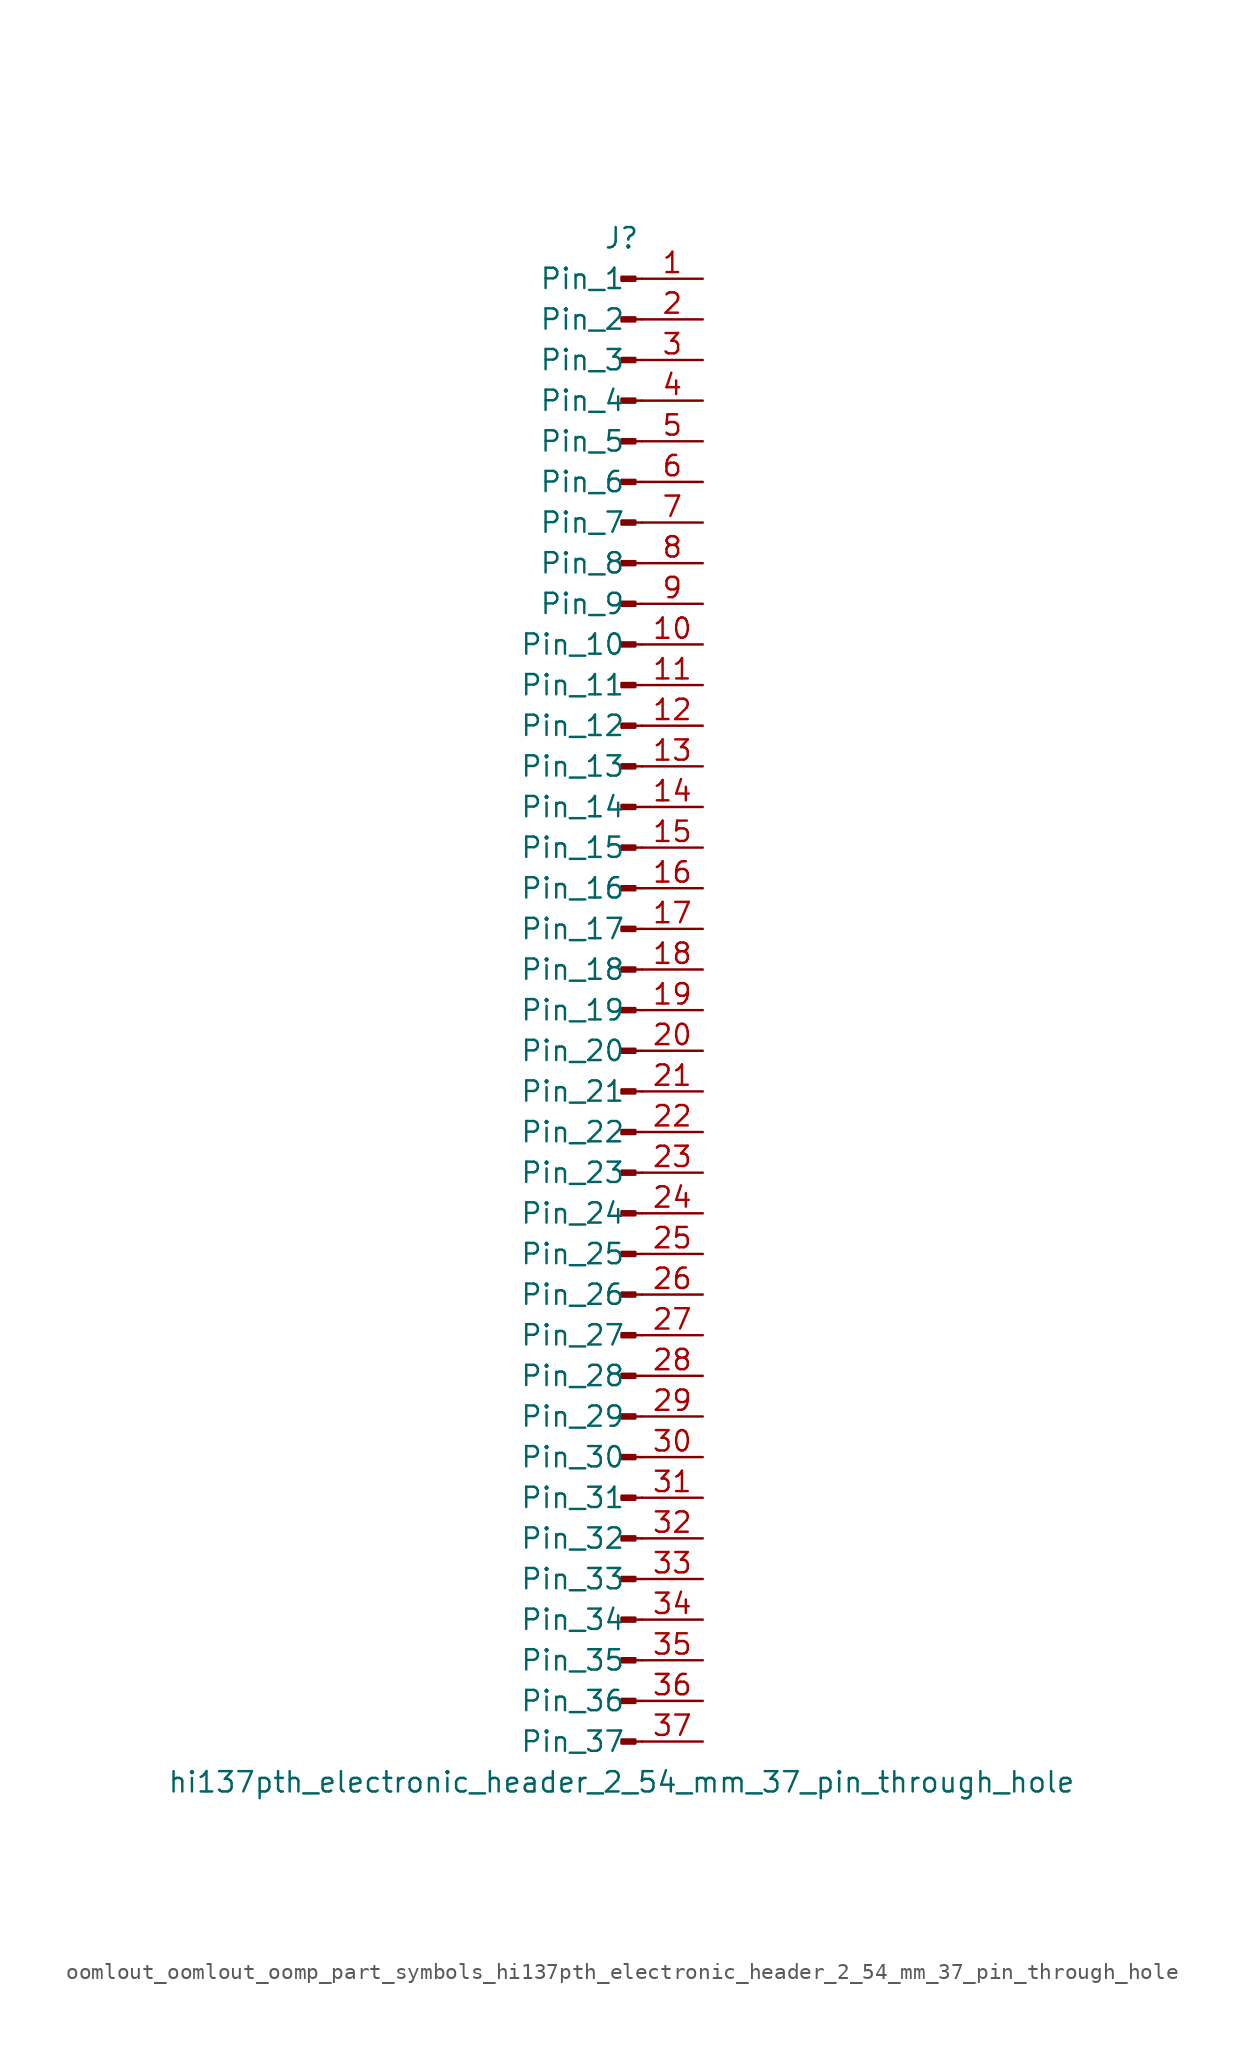
<source format=kicad_sym>
(kicad_symbol_lib
  (version 20220914)
  (generator kicad_symbol_editor)
  (symbol "oomlout_oomlout_oomp_part_symbols_hi137pth_electronic_header_2_54_mm_37_pin_through_hole"
    (pin_names
      (offset 1.016))
    (property "Reference" "J"
      (at 0 48.26 0)
      (effects (font (size 1.27 1.27))))
    (property "Value" "hi137pth_electronic_header_2_54_mm_37_pin_through_hole"
      (at 0 -48.26 0)
      (effects (font (size 1.27 1.27))))
    (property "ki_locked" ""
      (at 0 0 0)
      (effects (font (size 1.27 1.27))))
    (symbol "oomlout_oomlout_oomp_part_symbols_hi137pth_electronic_header_2_54_mm_37_pin_through_hole_1_1"
      (polyline (pts (xy 1.27 -45.72) (xy 0.864 -45.72)) (stroke (width 0.152) (type default)) (fill (type none)))
      (polyline (pts (xy 1.27 -43.18) (xy 0.864 -43.18)) (stroke (width 0.152) (type default)) (fill (type none)))
      (polyline (pts (xy 1.27 -40.64) (xy 0.864 -40.64)) (stroke (width 0.152) (type default)) (fill (type none)))
      (polyline (pts (xy 1.27 -38.1) (xy 0.864 -38.1)) (stroke (width 0.152) (type default)) (fill (type none)))
      (polyline (pts (xy 1.27 -35.56) (xy 0.864 -35.56)) (stroke (width 0.152) (type default)) (fill (type none)))
      (polyline (pts (xy 1.27 -33.02) (xy 0.864 -33.02)) (stroke (width 0.152) (type default)) (fill (type none)))
      (polyline (pts (xy 1.27 -30.48) (xy 0.864 -30.48)) (stroke (width 0.152) (type default)) (fill (type none)))
      (polyline (pts (xy 1.27 -27.94) (xy 0.864 -27.94)) (stroke (width 0.152) (type default)) (fill (type none)))
      (polyline (pts (xy 1.27 -25.4) (xy 0.864 -25.4)) (stroke (width 0.152) (type default)) (fill (type none)))
      (polyline (pts (xy 1.27 -22.86) (xy 0.864 -22.86)) (stroke (width 0.152) (type default)) (fill (type none)))
      (polyline (pts (xy 1.27 -20.32) (xy 0.864 -20.32)) (stroke (width 0.152) (type default)) (fill (type none)))
      (polyline (pts (xy 1.27 -17.78) (xy 0.864 -17.78)) (stroke (width 0.152) (type default)) (fill (type none)))
      (polyline (pts (xy 1.27 -15.24) (xy 0.864 -15.24)) (stroke (width 0.152) (type default)) (fill (type none)))
      (polyline (pts (xy 1.27 -12.7) (xy 0.864 -12.7)) (stroke (width 0.152) (type default)) (fill (type none)))
      (polyline (pts (xy 1.27 -10.16) (xy 0.864 -10.16)) (stroke (width 0.152) (type default)) (fill (type none)))
      (polyline (pts (xy 1.27 -7.62) (xy 0.864 -7.62)) (stroke (width 0.152) (type default)) (fill (type none)))
      (polyline (pts (xy 1.27 -5.08) (xy 0.864 -5.08)) (stroke (width 0.152) (type default)) (fill (type none)))
      (polyline (pts (xy 1.27 -2.54) (xy 0.864 -2.54)) (stroke (width 0.152) (type default)) (fill (type none)))
      (polyline (pts (xy 1.27 0) (xy 0.864 0)) (stroke (width 0.152) (type default)) (fill (type none)))
      (polyline (pts (xy 1.27 2.54) (xy 0.864 2.54)) (stroke (width 0.152) (type default)) (fill (type none)))
      (polyline (pts (xy 1.27 5.08) (xy 0.864 5.08)) (stroke (width 0.152) (type default)) (fill (type none)))
      (polyline (pts (xy 1.27 7.62) (xy 0.864 7.62)) (stroke (width 0.152) (type default)) (fill (type none)))
      (polyline (pts (xy 1.27 10.16) (xy 0.864 10.16)) (stroke (width 0.152) (type default)) (fill (type none)))
      (polyline (pts (xy 1.27 12.7) (xy 0.864 12.7)) (stroke (width 0.152) (type default)) (fill (type none)))
      (polyline (pts (xy 1.27 15.24) (xy 0.864 15.24)) (stroke (width 0.152) (type default)) (fill (type none)))
      (polyline (pts (xy 1.27 17.78) (xy 0.864 17.78)) (stroke (width 0.152) (type default)) (fill (type none)))
      (polyline (pts (xy 1.27 20.32) (xy 0.864 20.32)) (stroke (width 0.152) (type default)) (fill (type none)))
      (polyline (pts (xy 1.27 22.86) (xy 0.864 22.86)) (stroke (width 0.152) (type default)) (fill (type none)))
      (polyline (pts (xy 1.27 25.4) (xy 0.864 25.4)) (stroke (width 0.152) (type default)) (fill (type none)))
      (polyline (pts (xy 1.27 27.94) (xy 0.864 27.94)) (stroke (width 0.152) (type default)) (fill (type none)))
      (polyline (pts (xy 1.27 30.48) (xy 0.864 30.48)) (stroke (width 0.152) (type default)) (fill (type none)))
      (polyline (pts (xy 1.27 33.02) (xy 0.864 33.02)) (stroke (width 0.152) (type default)) (fill (type none)))
      (polyline (pts (xy 1.27 35.56) (xy 0.864 35.56)) (stroke (width 0.152) (type default)) (fill (type none)))
      (polyline (pts (xy 1.27 38.1) (xy 0.864 38.1)) (stroke (width 0.152) (type default)) (fill (type none)))
      (polyline (pts (xy 1.27 40.64) (xy 0.864 40.64)) (stroke (width 0.152) (type default)) (fill (type none)))
      (polyline (pts (xy 1.27 43.18) (xy 0.864 43.18)) (stroke (width 0.152) (type default)) (fill (type none)))
      (polyline (pts (xy 1.27 45.72) (xy 0.864 45.72)) (stroke (width 0.152) (type default)) (fill (type none)))
      (rectangle (start 0.864 -45.593) (end 0 -45.847) (stroke (width 0.152) (type default)) (fill (type outline)))
      (rectangle (start 0.864 -43.053) (end 0 -43.307) (stroke (width 0.152) (type default)) (fill (type outline)))
      (rectangle (start 0.864 -40.513) (end 0 -40.767) (stroke (width 0.152) (type default)) (fill (type outline)))
      (rectangle (start 0.864 -37.973) (end 0 -38.227) (stroke (width 0.152) (type default)) (fill (type outline)))
      (rectangle (start 0.864 -35.433) (end 0 -35.687) (stroke (width 0.152) (type default)) (fill (type outline)))
      (rectangle (start 0.864 -32.893) (end 0 -33.147) (stroke (width 0.152) (type default)) (fill (type outline)))
      (rectangle (start 0.864 -30.353) (end 0 -30.607) (stroke (width 0.152) (type default)) (fill (type outline)))
      (rectangle (start 0.864 -27.813) (end 0 -28.067) (stroke (width 0.152) (type default)) (fill (type outline)))
      (rectangle (start 0.864 -25.273) (end 0 -25.527) (stroke (width 0.152) (type default)) (fill (type outline)))
      (rectangle (start 0.864 -22.733) (end 0 -22.987) (stroke (width 0.152) (type default)) (fill (type outline)))
      (rectangle (start 0.864 -20.193) (end 0 -20.447) (stroke (width 0.152) (type default)) (fill (type outline)))
      (rectangle (start 0.864 -17.653) (end 0 -17.907) (stroke (width 0.152) (type default)) (fill (type outline)))
      (rectangle (start 0.864 -15.113) (end 0 -15.367) (stroke (width 0.152) (type default)) (fill (type outline)))
      (rectangle (start 0.864 -12.573) (end 0 -12.827) (stroke (width 0.152) (type default)) (fill (type outline)))
      (rectangle (start 0.864 -10.033) (end 0 -10.287) (stroke (width 0.152) (type default)) (fill (type outline)))
      (rectangle (start 0.864 -7.493) (end 0 -7.747) (stroke (width 0.152) (type default)) (fill (type outline)))
      (rectangle (start 0.864 -4.953) (end 0 -5.207) (stroke (width 0.152) (type default)) (fill (type outline)))
      (rectangle (start 0.864 -2.413) (end 0 -2.667) (stroke (width 0.152) (type default)) (fill (type outline)))
      (rectangle (start 0.864 0.127) (end 0 -0.127) (stroke (width 0.152) (type default)) (fill (type outline)))
      (rectangle (start 0.864 2.667) (end 0 2.413) (stroke (width 0.152) (type default)) (fill (type outline)))
      (rectangle (start 0.864 5.207) (end 0 4.953) (stroke (width 0.152) (type default)) (fill (type outline)))
      (rectangle (start 0.864 7.747) (end 0 7.493) (stroke (width 0.152) (type default)) (fill (type outline)))
      (rectangle (start 0.864 10.287) (end 0 10.033) (stroke (width 0.152) (type default)) (fill (type outline)))
      (rectangle (start 0.864 12.827) (end 0 12.573) (stroke (width 0.152) (type default)) (fill (type outline)))
      (rectangle (start 0.864 15.367) (end 0 15.113) (stroke (width 0.152) (type default)) (fill (type outline)))
      (rectangle (start 0.864 17.907) (end 0 17.653) (stroke (width 0.152) (type default)) (fill (type outline)))
      (rectangle (start 0.864 20.447) (end 0 20.193) (stroke (width 0.152) (type default)) (fill (type outline)))
      (rectangle (start 0.864 22.987) (end 0 22.733) (stroke (width 0.152) (type default)) (fill (type outline)))
      (rectangle (start 0.864 25.527) (end 0 25.273) (stroke (width 0.152) (type default)) (fill (type outline)))
      (rectangle (start 0.864 28.067) (end 0 27.813) (stroke (width 0.152) (type default)) (fill (type outline)))
      (rectangle (start 0.864 30.607) (end 0 30.353) (stroke (width 0.152) (type default)) (fill (type outline)))
      (rectangle (start 0.864 33.147) (end 0 32.893) (stroke (width 0.152) (type default)) (fill (type outline)))
      (rectangle (start 0.864 35.687) (end 0 35.433) (stroke (width 0.152) (type default)) (fill (type outline)))
      (rectangle (start 0.864 38.227) (end 0 37.973) (stroke (width 0.152) (type default)) (fill (type outline)))
      (rectangle (start 0.864 40.767) (end 0 40.513) (stroke (width 0.152) (type default)) (fill (type outline)))
      (rectangle (start 0.864 43.307) (end 0 43.053) (stroke (width 0.152) (type default)) (fill (type outline)))
      (rectangle (start 0.864 45.847) (end 0 45.593) (stroke (width 0.152) (type default)) (fill (type outline)))
      (pin passive line (at 5.08 45.72 180) (length 3.81) (name "Pin_1" (effects (font (size 1.27 1.27)))) (number "1" (effects (font (size 1.27 1.27)))))
      (pin passive line (at 5.08 22.86 180) (length 3.81) (name "Pin_10" (effects (font (size 1.27 1.27)))) (number "10" (effects (font (size 1.27 1.27)))))
      (pin passive line (at 5.08 20.32 180) (length 3.81) (name "Pin_11" (effects (font (size 1.27 1.27)))) (number "11" (effects (font (size 1.27 1.27)))))
      (pin passive line (at 5.08 17.78 180) (length 3.81) (name "Pin_12" (effects (font (size 1.27 1.27)))) (number "12" (effects (font (size 1.27 1.27)))))
      (pin passive line (at 5.08 15.24 180) (length 3.81) (name "Pin_13" (effects (font (size 1.27 1.27)))) (number "13" (effects (font (size 1.27 1.27)))))
      (pin passive line (at 5.08 12.7 180) (length 3.81) (name "Pin_14" (effects (font (size 1.27 1.27)))) (number "14" (effects (font (size 1.27 1.27)))))
      (pin passive line (at 5.08 10.16 180) (length 3.81) (name "Pin_15" (effects (font (size 1.27 1.27)))) (number "15" (effects (font (size 1.27 1.27)))))
      (pin passive line (at 5.08 7.62 180) (length 3.81) (name "Pin_16" (effects (font (size 1.27 1.27)))) (number "16" (effects (font (size 1.27 1.27)))))
      (pin passive line (at 5.08 5.08 180) (length 3.81) (name "Pin_17" (effects (font (size 1.27 1.27)))) (number "17" (effects (font (size 1.27 1.27)))))
      (pin passive line (at 5.08 2.54 180) (length 3.81) (name "Pin_18" (effects (font (size 1.27 1.27)))) (number "18" (effects (font (size 1.27 1.27)))))
      (pin passive line (at 5.08 0 180) (length 3.81) (name "Pin_19" (effects (font (size 1.27 1.27)))) (number "19" (effects (font (size 1.27 1.27)))))
      (pin passive line (at 5.08 43.18 180) (length 3.81) (name "Pin_2" (effects (font (size 1.27 1.27)))) (number "2" (effects (font (size 1.27 1.27)))))
      (pin passive line (at 5.08 -2.54 180) (length 3.81) (name "Pin_20" (effects (font (size 1.27 1.27)))) (number "20" (effects (font (size 1.27 1.27)))))
      (pin passive line (at 5.08 -5.08 180) (length 3.81) (name "Pin_21" (effects (font (size 1.27 1.27)))) (number "21" (effects (font (size 1.27 1.27)))))
      (pin passive line (at 5.08 -7.62 180) (length 3.81) (name "Pin_22" (effects (font (size 1.27 1.27)))) (number "22" (effects (font (size 1.27 1.27)))))
      (pin passive line (at 5.08 -10.16 180) (length 3.81) (name "Pin_23" (effects (font (size 1.27 1.27)))) (number "23" (effects (font (size 1.27 1.27)))))
      (pin passive line (at 5.08 -12.7 180) (length 3.81) (name "Pin_24" (effects (font (size 1.27 1.27)))) (number "24" (effects (font (size 1.27 1.27)))))
      (pin passive line (at 5.08 -15.24 180) (length 3.81) (name "Pin_25" (effects (font (size 1.27 1.27)))) (number "25" (effects (font (size 1.27 1.27)))))
      (pin passive line (at 5.08 -17.78 180) (length 3.81) (name "Pin_26" (effects (font (size 1.27 1.27)))) (number "26" (effects (font (size 1.27 1.27)))))
      (pin passive line (at 5.08 -20.32 180) (length 3.81) (name "Pin_27" (effects (font (size 1.27 1.27)))) (number "27" (effects (font (size 1.27 1.27)))))
      (pin passive line (at 5.08 -22.86 180) (length 3.81) (name "Pin_28" (effects (font (size 1.27 1.27)))) (number "28" (effects (font (size 1.27 1.27)))))
      (pin passive line (at 5.08 -25.4 180) (length 3.81) (name "Pin_29" (effects (font (size 1.27 1.27)))) (number "29" (effects (font (size 1.27 1.27)))))
      (pin passive line (at 5.08 40.64 180) (length 3.81) (name "Pin_3" (effects (font (size 1.27 1.27)))) (number "3" (effects (font (size 1.27 1.27)))))
      (pin passive line (at 5.08 -27.94 180) (length 3.81) (name "Pin_30" (effects (font (size 1.27 1.27)))) (number "30" (effects (font (size 1.27 1.27)))))
      (pin passive line (at 5.08 -30.48 180) (length 3.81) (name "Pin_31" (effects (font (size 1.27 1.27)))) (number "31" (effects (font (size 1.27 1.27)))))
      (pin passive line (at 5.08 -33.02 180) (length 3.81) (name "Pin_32" (effects (font (size 1.27 1.27)))) (number "32" (effects (font (size 1.27 1.27)))))
      (pin passive line (at 5.08 -35.56 180) (length 3.81) (name "Pin_33" (effects (font (size 1.27 1.27)))) (number "33" (effects (font (size 1.27 1.27)))))
      (pin passive line (at 5.08 -38.1 180) (length 3.81) (name "Pin_34" (effects (font (size 1.27 1.27)))) (number "34" (effects (font (size 1.27 1.27)))))
      (pin passive line (at 5.08 -40.64 180) (length 3.81) (name "Pin_35" (effects (font (size 1.27 1.27)))) (number "35" (effects (font (size 1.27 1.27)))))
      (pin passive line (at 5.08 -43.18 180) (length 3.81) (name "Pin_36" (effects (font (size 1.27 1.27)))) (number "36" (effects (font (size 1.27 1.27)))))
      (pin passive line (at 5.08 -45.72 180) (length 3.81) (name "Pin_37" (effects (font (size 1.27 1.27)))) (number "37" (effects (font (size 1.27 1.27)))))
      (pin passive line (at 5.08 38.1 180) (length 3.81) (name "Pin_4" (effects (font (size 1.27 1.27)))) (number "4" (effects (font (size 1.27 1.27)))))
      (pin passive line (at 5.08 35.56 180) (length 3.81) (name "Pin_5" (effects (font (size 1.27 1.27)))) (number "5" (effects (font (size 1.27 1.27)))))
      (pin passive line (at 5.08 33.02 180) (length 3.81) (name "Pin_6" (effects (font (size 1.27 1.27)))) (number "6" (effects (font (size 1.27 1.27)))))
      (pin passive line (at 5.08 30.48 180) (length 3.81) (name "Pin_7" (effects (font (size 1.27 1.27)))) (number "7" (effects (font (size 1.27 1.27)))))
      (pin passive line (at 5.08 27.94 180) (length 3.81) (name "Pin_8" (effects (font (size 1.27 1.27)))) (number "8" (effects (font (size 1.27 1.27)))))
      (pin passive line (at 5.08 25.4 180) (length 3.81) (name "Pin_9" (effects (font (size 1.27 1.27)))) (number "9" (effects (font (size 1.27 1.27))))))))
</source>
